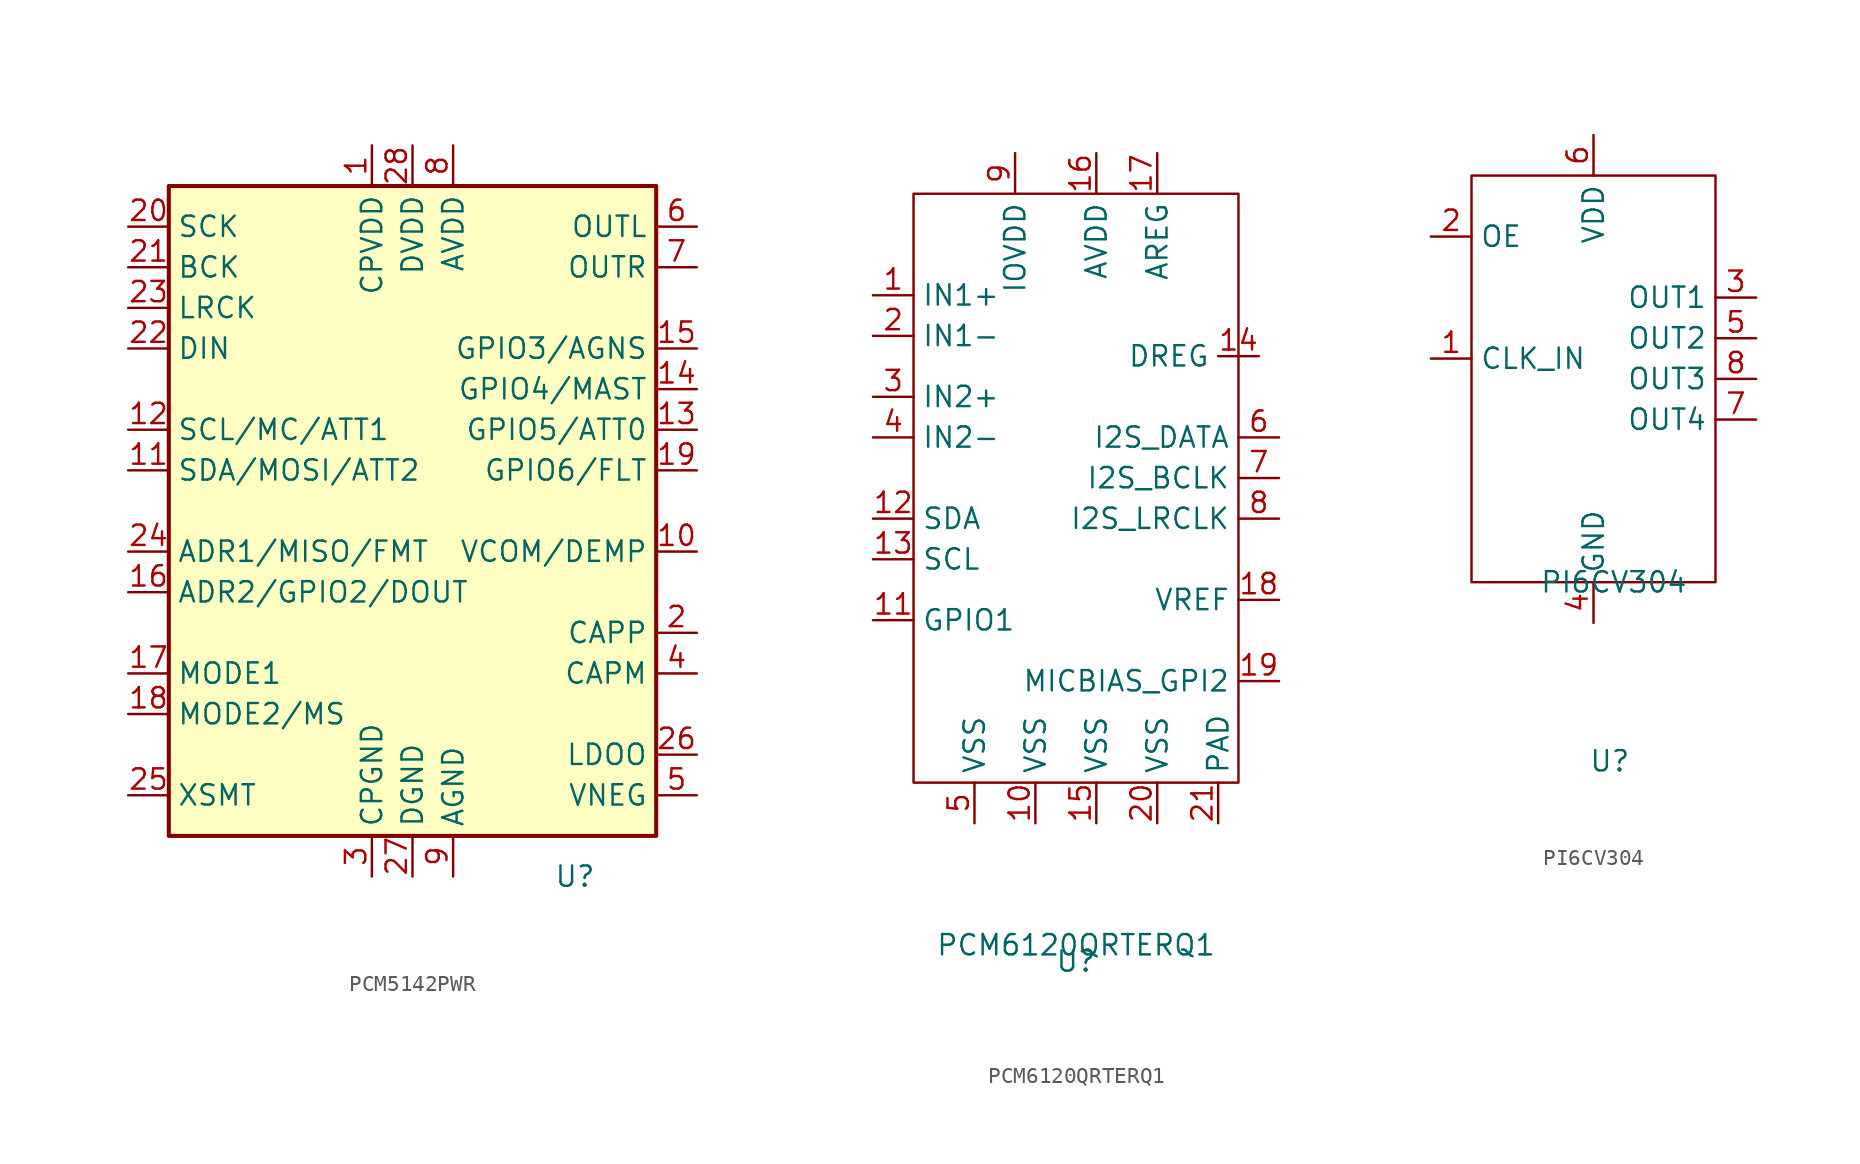
<source format=kicad_sym>
(kicad_symbol_lib
  (version 20231120)
  (generator "kicad_symbol_editor")
  (generator_version "8.0")
  (symbol "PCM5142PWR"
    (property "Reference" "U"
      (at 0 0 0)
      (effects (font (size 1.27 1.27))))
    (property "Value" ""
      (at 0 0 0)
      (effects (font (size 1.27 1.27))))
    (symbol "PCM5142PWR_0_1"
      (rectangle (start -25.4 43.18) (end 5.08 2.54) (stroke (width 0.254) (type default)) (fill (type background))))
    (symbol "PCM5142PWR_1_1"
      (pin power_in line (at -12.7 45.72 270) (length 2.54) (name "CPVDD" (effects (font (size 1.27 1.27)))) (number "1" (effects (font (size 1.27 1.27)))))
      (pin bidirectional line (at 7.62 20.32 180) (length 2.54) (name "VCOM/DEMP" (effects (font (size 1.27 1.27)))) (number "10" (effects (font (size 1.27 1.27)))))
      (pin bidirectional line (at -27.94 25.4 0) (length 2.54) (name "SDA/MOSI/ATT2" (effects (font (size 1.27 1.27)))) (number "11" (effects (font (size 1.27 1.27)))))
      (pin input line (at -27.94 27.94 0) (length 2.54) (name "SCL/MC/ATT1" (effects (font (size 1.27 1.27)))) (number "12" (effects (font (size 1.27 1.27)))))
      (pin bidirectional line (at 7.62 27.94 180) (length 2.54) (name "GPIO5/ATT0" (effects (font (size 1.27 1.27)))) (number "13" (effects (font (size 1.27 1.27)))))
      (pin bidirectional line (at 7.62 30.48 180) (length 2.54) (name "GPIO4/MAST" (effects (font (size 1.27 1.27)))) (number "14" (effects (font (size 1.27 1.27)))))
      (pin bidirectional line (at 7.62 33.02 180) (length 2.54) (name "GPIO3/AGNS" (effects (font (size 1.27 1.27)))) (number "15" (effects (font (size 1.27 1.27)))))
      (pin bidirectional line (at -27.94 17.78 0) (length 2.54) (name "ADR2/GPIO2/DOUT" (effects (font (size 1.27 1.27)))) (number "16" (effects (font (size 1.27 1.27)))))
      (pin input line (at -27.94 12.7 0) (length 2.54) (name "MODE1" (effects (font (size 1.27 1.27)))) (number "17" (effects (font (size 1.27 1.27)))))
      (pin input line (at -27.94 10.16 0) (length 2.54) (name "MODE2/MS" (effects (font (size 1.27 1.27)))) (number "18" (effects (font (size 1.27 1.27)))))
      (pin bidirectional line (at 7.62 25.4 180) (length 2.54) (name "GPIO6/FLT" (effects (font (size 1.27 1.27)))) (number "19" (effects (font (size 1.27 1.27)))))
      (pin passive line (at 7.62 15.24 180) (length 2.54) (name "CAPP" (effects (font (size 1.27 1.27)))) (number "2" (effects (font (size 1.27 1.27)))))
      (pin input line (at -27.94 40.64 0) (length 2.54) (name "SCK" (effects (font (size 1.27 1.27)))) (number "20" (effects (font (size 1.27 1.27)))))
      (pin bidirectional line (at -27.94 38.1 0) (length 2.54) (name "BCK" (effects (font (size 1.27 1.27)))) (number "21" (effects (font (size 1.27 1.27)))))
      (pin input line (at -27.94 33.02 0) (length 2.54) (name "DIN" (effects (font (size 1.27 1.27)))) (number "22" (effects (font (size 1.27 1.27)))))
      (pin bidirectional line (at -27.94 35.56 0) (length 2.54) (name "LRCK" (effects (font (size 1.27 1.27)))) (number "23" (effects (font (size 1.27 1.27)))))
      (pin bidirectional line (at -27.94 20.32 0) (length 2.54) (name "ADR1/MISO/FMT" (effects (font (size 1.27 1.27)))) (number "24" (effects (font (size 1.27 1.27)))))
      (pin input line (at -27.94 5.08 0) (length 2.54) (name "XSMT" (effects (font (size 1.27 1.27)))) (number "25" (effects (font (size 1.27 1.27)))))
      (pin passive line (at 7.62 7.62 180) (length 2.54) (name "LDOO" (effects (font (size 1.27 1.27)))) (number "26" (effects (font (size 1.27 1.27)))))
      (pin power_in line (at -10.16 0 90) (length 2.54) (name "DGND" (effects (font (size 1.27 1.27)))) (number "27" (effects (font (size 1.27 1.27)))))
      (pin power_in line (at -10.16 45.72 270) (length 2.54) (name "DVDD" (effects (font (size 1.27 1.27)))) (number "28" (effects (font (size 1.27 1.27)))))
      (pin power_in line (at -12.7 0 90) (length 2.54) (name "CPGND" (effects (font (size 1.27 1.27)))) (number "3" (effects (font (size 1.27 1.27)))))
      (pin passive line (at 7.62 12.7 180) (length 2.54) (name "CAPM" (effects (font (size 1.27 1.27)))) (number "4" (effects (font (size 1.27 1.27)))))
      (pin passive line (at 7.62 5.08 180) (length 2.54) (name "VNEG" (effects (font (size 1.27 1.27)))) (number "5" (effects (font (size 1.27 1.27)))))
      (pin output line (at 7.62 40.64 180) (length 2.54) (name "OUTL" (effects (font (size 1.27 1.27)))) (number "6" (effects (font (size 1.27 1.27)))))
      (pin output line (at 7.62 38.1 180) (length 2.54) (name "OUTR" (effects (font (size 1.27 1.27)))) (number "7" (effects (font (size 1.27 1.27)))))
      (pin power_in line (at -7.62 45.72 270) (length 2.54) (name "AVDD" (effects (font (size 1.27 1.27)))) (number "8" (effects (font (size 1.27 1.27)))))
      (pin power_in line (at -7.62 0 90) (length 2.54) (name "AGND" (effects (font (size 1.27 1.27)))) (number "9" (effects (font (size 1.27 1.27)))))))
  (symbol "PCM6120QRTERQ1"
    (property "Reference" "U"
      (at 0 -1.016 0)
      (effects (font (size 1.27 1.27))))
    (property "Value" "PCM6120QRTERQ1"
      (at 0 0 0)
      (effects (font (size 1.27 1.27))))
    (symbol "PCM6120QRTERQ1_1_1"
      (text_box "" (at -10.16 46.99 0) (size 20.32 -36.83) (stroke (width 0) (type default)) (fill (type none)) (effects (font (size 1.27 1.27)) (justify left top)))
      (pin input line (at -12.7 40.64 0) (length 2.54) (name "IN1+" (effects (font (size 1.27 1.27)))) (number "1" (effects (font (size 1.27 1.27)))))
      (pin input line (at -2.54 7.62 90) (length 2.54) (name "VSS" (effects (font (size 1.27 1.27)))) (number "10" (effects (font (size 1.27 1.27)))))
      (pin input line (at -12.7 20.32 0) (length 2.54) (name "GPIO1" (effects (font (size 1.27 1.27)))) (number "11" (effects (font (size 1.27 1.27)))))
      (pin input line (at -12.7 26.67 0) (length 2.54) (name "SDA" (effects (font (size 1.27 1.27)))) (number "12" (effects (font (size 1.27 1.27)))))
      (pin input line (at -12.7 24.13 0) (length 2.54) (name "SCL" (effects (font (size 1.27 1.27)))) (number "13" (effects (font (size 1.27 1.27)))))
      (pin output line (at 11.43 36.83 180) (length 2.54) (name "DREG" (effects (font (size 1.27 1.27)))) (number "14" (effects (font (size 1.27 1.27)))))
      (pin input line (at 1.27 7.62 90) (length 2.54) (name "VSS" (effects (font (size 1.27 1.27)))) (number "15" (effects (font (size 1.27 1.27)))))
      (pin input line (at 1.27 49.53 270) (length 2.54) (name "AVDD" (effects (font (size 1.27 1.27)))) (number "16" (effects (font (size 1.27 1.27)))))
      (pin input line (at 5.08 49.53 270) (length 2.54) (name "AREG" (effects (font (size 1.27 1.27)))) (number "17" (effects (font (size 1.27 1.27)))))
      (pin output line (at 12.7 21.59 180) (length 2.54) (name "VREF" (effects (font (size 1.27 1.27)))) (number "18" (effects (font (size 1.27 1.27)))))
      (pin output line (at 12.7 16.51 180) (length 2.54) (name "MICBIAS_GPI2" (effects (font (size 1.27 1.27)))) (number "19" (effects (font (size 1.27 1.27)))))
      (pin input line (at -12.7 38.1 0) (length 2.54) (name "IN1-" (effects (font (size 1.27 1.27)))) (number "2" (effects (font (size 1.27 1.27)))))
      (pin input line (at 5.08 7.62 90) (length 2.54) (name "VSS" (effects (font (size 1.27 1.27)))) (number "20" (effects (font (size 1.27 1.27)))))
      (pin input line (at 8.89 7.62 90) (length 2.54) (name "PAD" (effects (font (size 1.27 1.27)))) (number "21" (effects (font (size 1.27 1.27)))))
      (pin input line (at -12.7 34.29 0) (length 2.54) (name "IN2+" (effects (font (size 1.27 1.27)))) (number "3" (effects (font (size 1.27 1.27)))))
      (pin input line (at -12.7 31.75 0) (length 2.54) (name "IN2-" (effects (font (size 1.27 1.27)))) (number "4" (effects (font (size 1.27 1.27)))))
      (pin input line (at -6.35 7.62 90) (length 2.54) (name "VSS" (effects (font (size 1.27 1.27)))) (number "5" (effects (font (size 1.27 1.27)))))
      (pin input line (at 12.7 31.75 180) (length 2.54) (name "I2S_DATA" (effects (font (size 1.27 1.27)))) (number "6" (effects (font (size 1.27 1.27)))))
      (pin input line (at 12.7 29.21 180) (length 2.54) (name "I2S_BCLK" (effects (font (size 1.27 1.27)))) (number "7" (effects (font (size 1.27 1.27)))))
      (pin input line (at 12.7 26.67 180) (length 2.54) (name "I2S_LRCLK" (effects (font (size 1.27 1.27)))) (number "8" (effects (font (size 1.27 1.27)))))
      (pin input line (at -3.81 49.53 270) (length 2.54) (name "IOVDD" (effects (font (size 1.27 1.27)))) (number "9" (effects (font (size 1.27 1.27)))))))
  (symbol "PI6CV304"
    (property "Reference" "U"
      (at -0.254 -11.176 0)
      (effects (font (size 1.27 1.27))))
    (property "Value" "PI6CV304"
      (at 0 0 0)
      (effects (font (size 1.27 1.27))))
    (symbol "PI6CV304_0_1"
      (rectangle (start -8.89 25.4) (end 6.35 0) (stroke (width 0) (type default)) (fill (type none))))
    (symbol "PI6CV304_1_1"
      (pin input line (at -11.43 13.97 0) (length 2.54) (name "CLK_IN" (effects (font (size 1.27 1.27)))) (number "1" (effects (font (size 1.27 1.27)))))
      (pin input line (at -11.43 21.59 0) (length 2.54) (name "OE" (effects (font (size 1.27 1.27)))) (number "2" (effects (font (size 1.27 1.27)))))
      (pin input line (at 8.89 17.78 180) (length 2.54) (name "OUT1" (effects (font (size 1.27 1.27)))) (number "3" (effects (font (size 1.27 1.27)))))
      (pin input line (at -1.27 -2.54 90) (length 2.54) (name "GND" (effects (font (size 1.27 1.27)))) (number "4" (effects (font (size 1.27 1.27)))))
      (pin input line (at 8.89 15.24 180) (length 2.54) (name "OUT2" (effects (font (size 1.27 1.27)))) (number "5" (effects (font (size 1.27 1.27)))))
      (pin input line (at -1.27 27.94 270) (length 2.54) (name "VDD" (effects (font (size 1.27 1.27)))) (number "6" (effects (font (size 1.27 1.27)))))
      (pin input line (at 8.89 10.16 180) (length 2.54) (name "OUT4" (effects (font (size 1.27 1.27)))) (number "7" (effects (font (size 1.27 1.27)))))
      (pin input line (at 8.89 12.7 180) (length 2.54) (name "OUT3" (effects (font (size 1.27 1.27)))) (number "8" (effects (font (size 1.27 1.27))))))))
</source>
